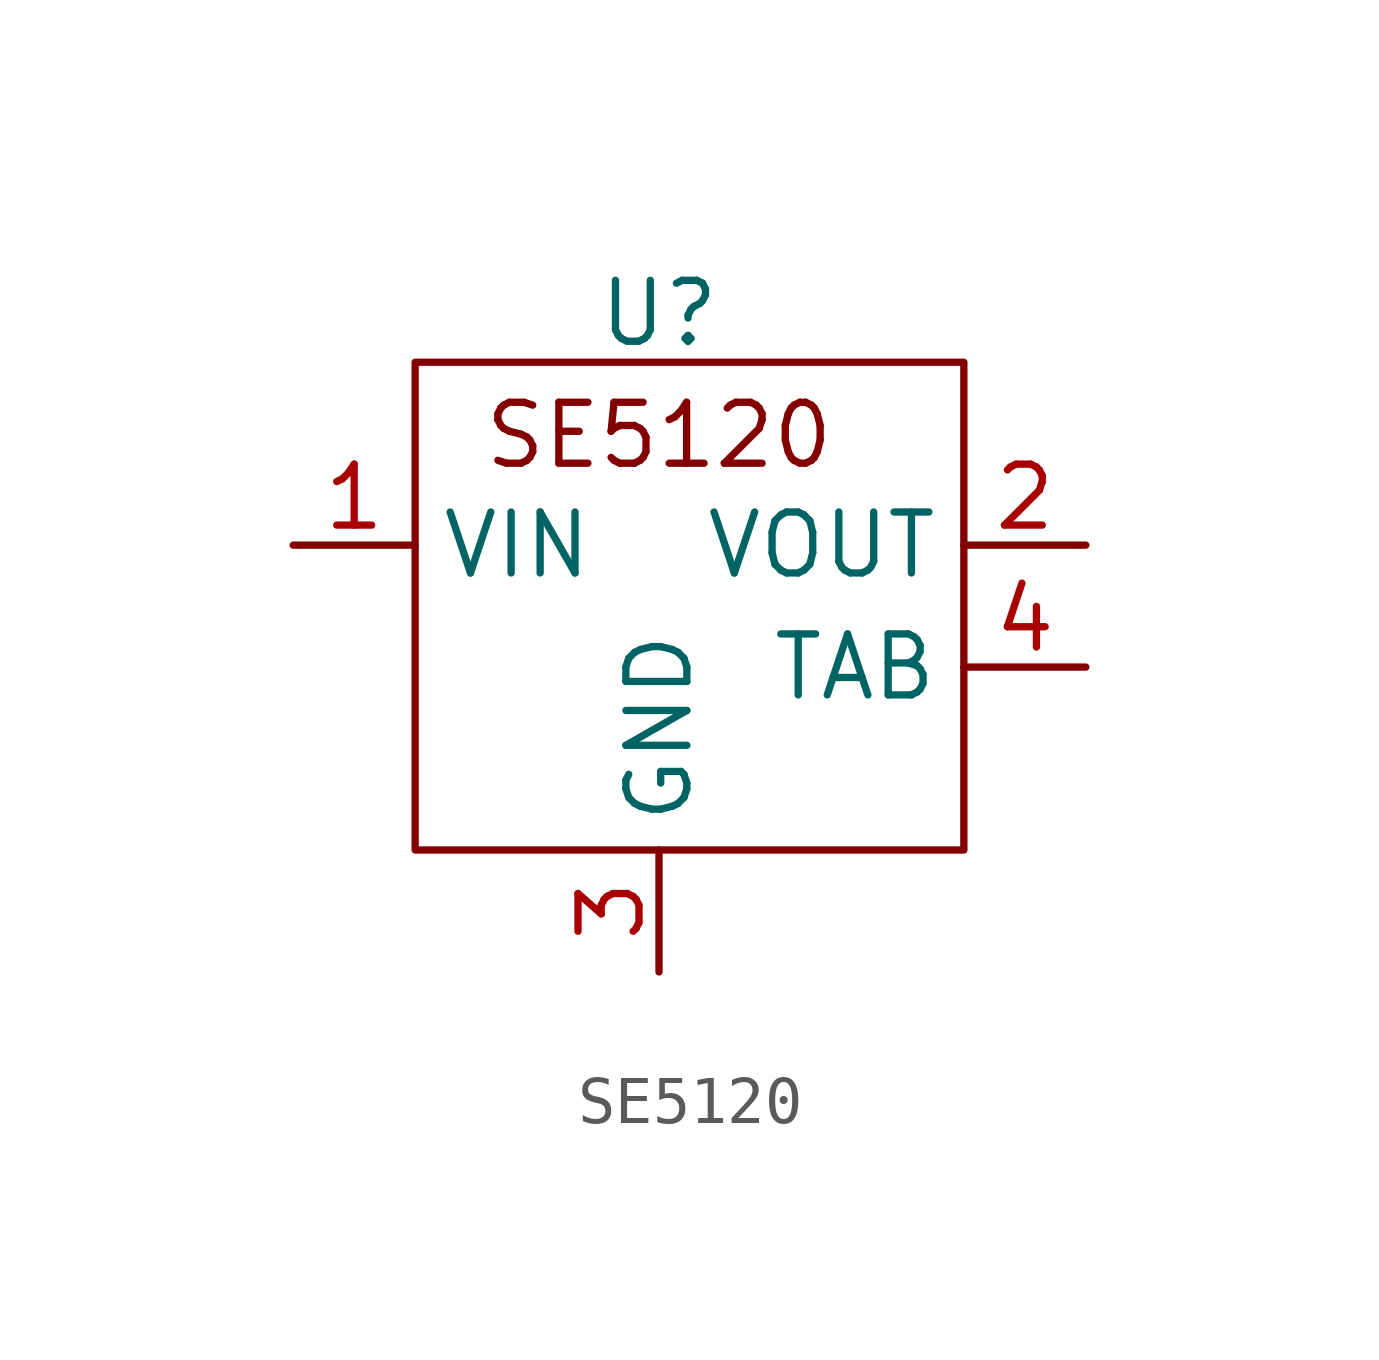
<source format=kicad_sym>
(kicad_symbol_lib
  (version 20241209)
  (generator "kicad_symbol_editor")
  (generator_version "9.0")
  (symbol "SE5120"
    (property "Reference" "U"
      (at 0 2.286 0)
      (effects (font (size 1.27 1.27))))
    (property "Value" ""
      (at 0 0 0)
      (effects (font (size 1.27 1.27))))
    (symbol "SE5120_0_1"
      (rectangle (start -5.08 1.27) (end 6.35 -8.89) (stroke (width 0) (type default)) (fill (type none))))
    (symbol "SE5120_1_1"
      (text "SE5120" (at 0 -0.254 0) (effects (font (size 1.27 1.27))))
      (pin input line (at -7.62 -2.54 0) (length 2.54) (name "VIN" (effects (font (size 1.27 1.27)))) (number "1" (effects (font (size 1.27 1.27)))))
      (pin output line (at 0 -11.43 90) (length 2.54) (name "GND" (effects (font (size 1.27 1.27)))) (number "3" (effects (font (size 1.27 1.27)))))
      (pin output line (at 8.89 -2.54 180) (length 2.54) (name "VOUT" (effects (font (size 1.27 1.27)))) (number "2" (effects (font (size 1.27 1.27)))))
      (pin output line (at 8.89 -5.08 180) (length 2.54) (name "TAB" (effects (font (size 1.27 1.27)))) (number "4" (effects (font (size 1.27 1.27))))))))
</source>
